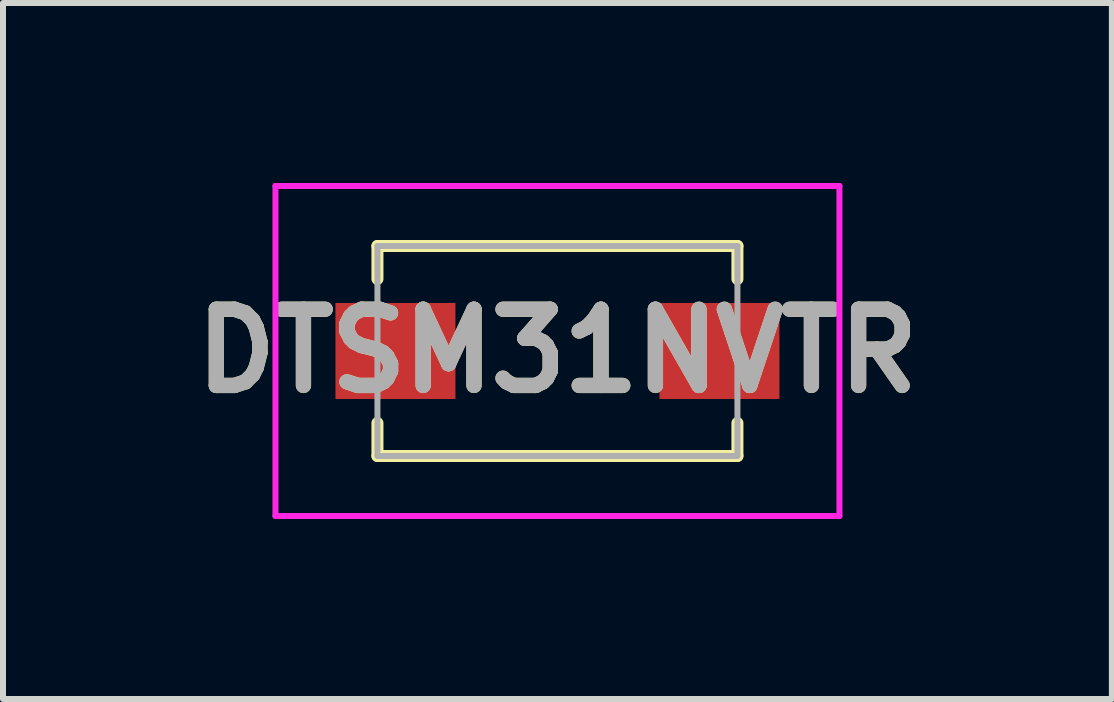
<source format=kicad_pcb>
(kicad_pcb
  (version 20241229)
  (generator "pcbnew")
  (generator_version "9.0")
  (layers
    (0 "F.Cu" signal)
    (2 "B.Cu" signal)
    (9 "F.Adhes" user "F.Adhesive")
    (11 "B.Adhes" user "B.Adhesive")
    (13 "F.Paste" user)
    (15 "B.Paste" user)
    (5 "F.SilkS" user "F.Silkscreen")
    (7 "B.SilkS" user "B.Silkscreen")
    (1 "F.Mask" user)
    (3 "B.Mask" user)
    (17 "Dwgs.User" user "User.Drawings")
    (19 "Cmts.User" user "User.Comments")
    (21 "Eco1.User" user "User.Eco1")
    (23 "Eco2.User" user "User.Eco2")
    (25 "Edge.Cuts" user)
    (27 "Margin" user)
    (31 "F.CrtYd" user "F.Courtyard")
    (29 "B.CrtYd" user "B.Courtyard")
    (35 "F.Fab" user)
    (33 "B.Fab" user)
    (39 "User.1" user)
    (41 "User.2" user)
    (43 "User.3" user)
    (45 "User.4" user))
  (footprint "DTSM31NVTR"
    (layer "F.Cu")
    (at 6.241 2.8)
    (property "Reference" "DTSM31NVTR" (at 0 0 0) (layer "F.SilkS") (effects (font (size 1.27 1.27) (thickness 0.254))))
    (attr smd)
    (fp_line (start -4.3 0) (end -4.3 0) (stroke (width 0.1) (type solid)) (layer "F.SilkS"))
    (fp_line (start -4.2 0) (end -4.2 0) (stroke (width 0.1) (type solid)) (layer "F.SilkS"))
    (fp_line (start -3 -1.75) (end 3 -1.75) (stroke (width 0.2) (type solid)) (layer "F.SilkS"))
    (fp_line (start -3 -1.2) (end -3 -1.75) (stroke (width 0.2) (type solid)) (layer "F.SilkS"))
    (fp_line (start -3 1.2) (end -3 1.75) (stroke (width 0.2) (type solid)) (layer "F.SilkS"))
    (fp_line (start -3 1.75) (end 3 1.75) (stroke (width 0.2) (type solid)) (layer "F.SilkS"))
    (fp_line (start 3 -1.75) (end 3 -1.2) (stroke (width 0.2) (type solid)) (layer "F.SilkS"))
    (fp_line (start 3 1.75) (end 3 1.2) (stroke (width 0.2) (type solid)) (layer "F.SilkS"))
    (fp_arc (start -4.3 0) (mid -4.25 -0.05) (end -4.2 0) (stroke (width 0.1) (type solid)) (layer "F.SilkS"))
    (fp_arc (start -4.2 0) (mid -4.25 0.05) (end -4.3 0) (stroke (width 0.1) (type solid)) (layer "F.SilkS"))
    (fp_line (start -4.7 -2.75) (end 4.7 -2.75) (stroke (width 0.1) (type solid)) (layer "F.CrtYd"))
    (fp_line (start -4.7 2.75) (end -4.7 -2.75) (stroke (width 0.1) (type solid)) (layer "F.CrtYd"))
    (fp_line (start 4.7 -2.75) (end 4.7 2.75) (stroke (width 0.1) (type solid)) (layer "F.CrtYd"))
    (fp_line (start 4.7 2.75) (end -4.7 2.75) (stroke (width 0.1) (type solid)) (layer "F.CrtYd"))
    (fp_line (start -3 -1.75) (end 3 -1.75) (stroke (width 0.1) (type solid)) (layer "F.Fab"))
    (fp_line (start -3 1.75) (end -3 -1.75) (stroke (width 0.1) (type solid)) (layer "F.Fab"))
    (fp_line (start 3 -1.75) (end 3 1.75) (stroke (width 0.1) (type solid)) (layer "F.Fab"))
    (fp_line (start 3 1.75) (end -3 1.75) (stroke (width 0.1) (type solid)) (layer "F.Fab"))
    (fp_text user "${REFERENCE}" (at 0 0 0) (layer "F.Fab") (effects (font (size 1.27 1.27) (thickness 0.254))))
    (pad "1" smd rect (at -2.7 0 90) (size 1.6 2) (layers "F.Cu" "F.Mask" "F.Paste"))
    (pad "2" smd rect (at 2.7 0 90) (size 1.6 2) (layers "F.Cu" "F.Mask" "F.Paste")))
  (gr_rect
    (start -3 -3)
    (end 15.482 8.6)
    (stroke (width 0.1) (type default))
    (fill no)
    (layer "Edge.Cuts")))
</source>
